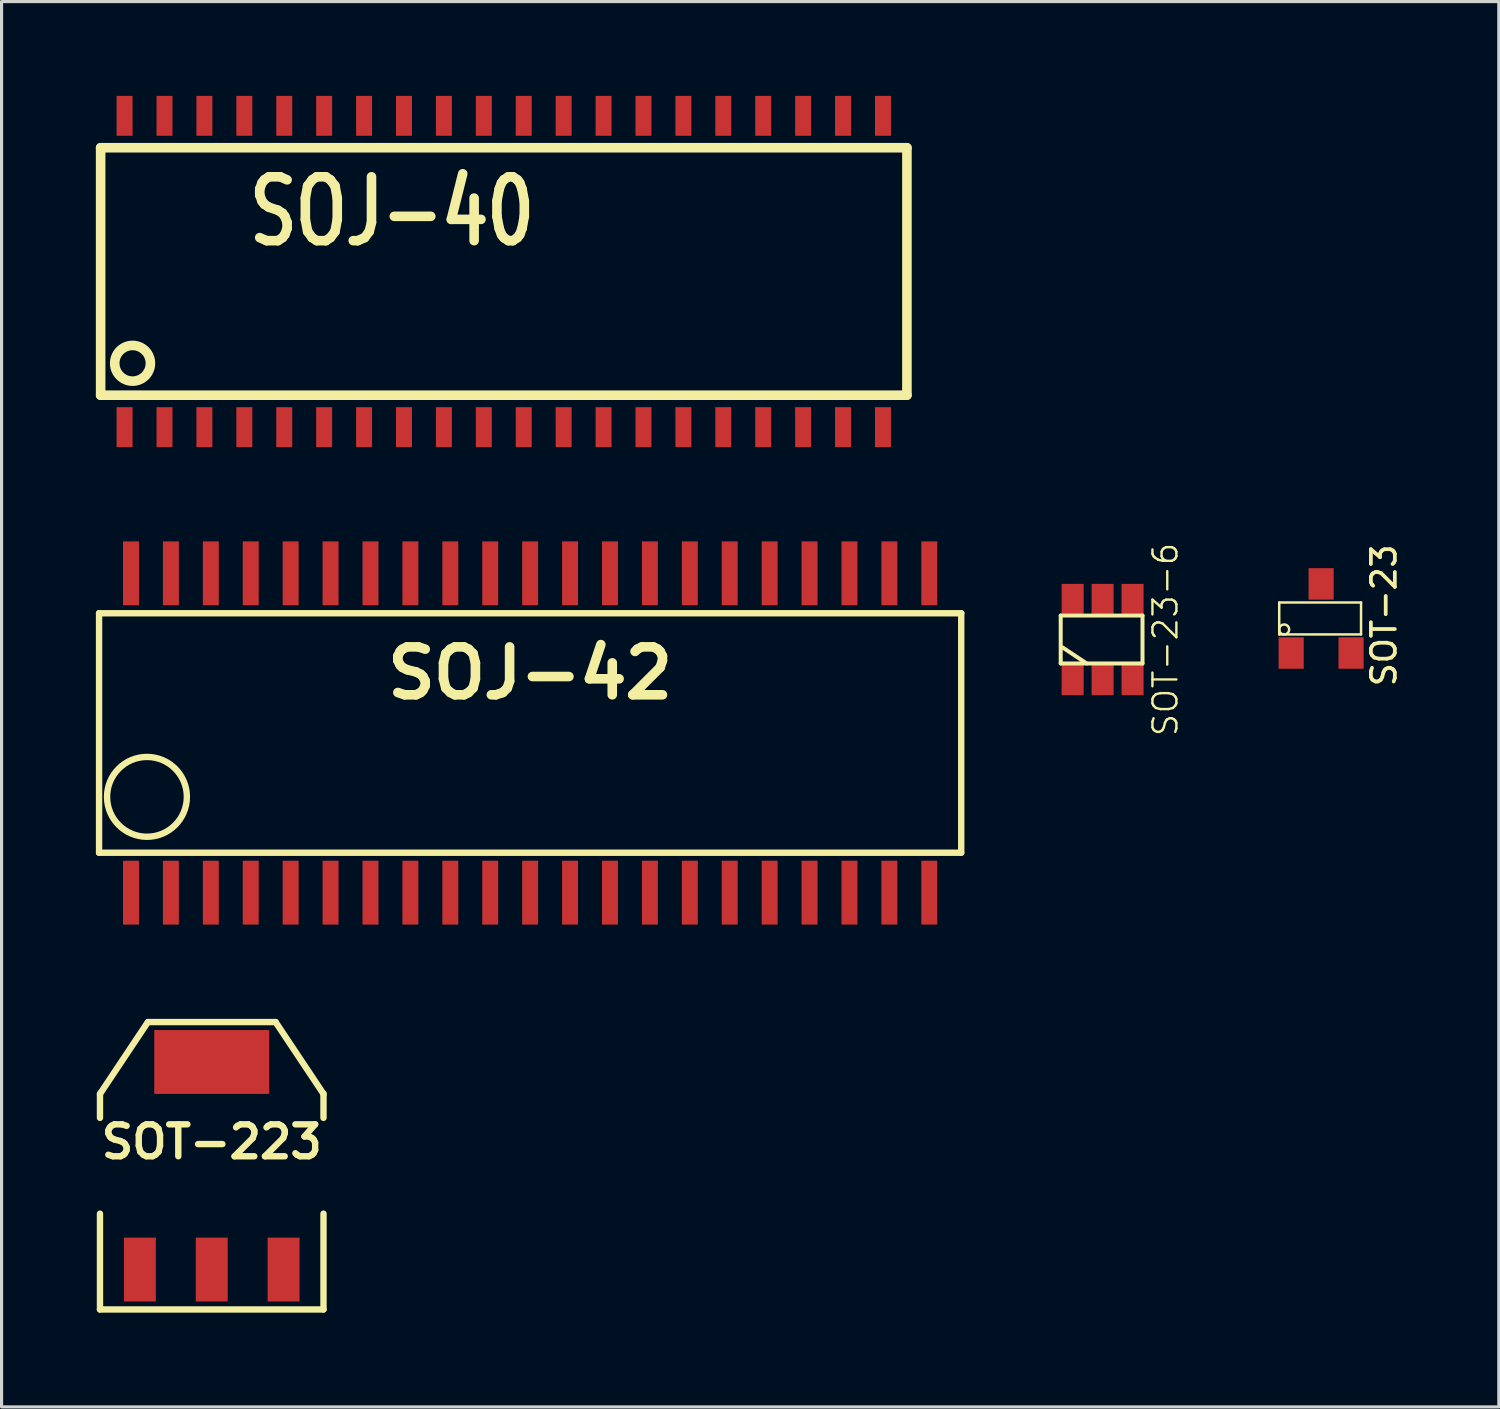
<source format=kicad_pcb>
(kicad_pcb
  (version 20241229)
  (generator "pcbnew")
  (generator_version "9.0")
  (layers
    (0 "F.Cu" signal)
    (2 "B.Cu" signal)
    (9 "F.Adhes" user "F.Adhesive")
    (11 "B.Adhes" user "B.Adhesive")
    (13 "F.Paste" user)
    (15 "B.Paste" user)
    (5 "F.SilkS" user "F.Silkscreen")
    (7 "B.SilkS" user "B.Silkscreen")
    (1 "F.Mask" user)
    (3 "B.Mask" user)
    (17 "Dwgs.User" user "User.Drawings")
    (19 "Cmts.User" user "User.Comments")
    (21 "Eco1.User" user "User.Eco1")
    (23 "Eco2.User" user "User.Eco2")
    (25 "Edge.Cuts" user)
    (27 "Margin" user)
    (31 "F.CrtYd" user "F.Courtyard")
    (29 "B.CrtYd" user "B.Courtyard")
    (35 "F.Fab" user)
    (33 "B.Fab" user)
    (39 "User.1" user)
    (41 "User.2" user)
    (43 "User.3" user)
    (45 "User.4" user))
  (footprint "SOT-223"
    (layer "F.Cu")
    (at 3.687 34.042)
    (property "Reference" "SOT-223" (at 0 -0.762 0) (layer "F.SilkS") (effects (font (size 1.016 1.016) (thickness 0.203))))
    (attr smd)
    (fp_line (start -3.556 -2.286) (end -2.032 -4.572) (stroke (width 0.203) (type solid)) (layer "F.SilkS"))
    (fp_line (start -3.556 -1.524) (end -3.556 -2.286) (stroke (width 0.203) (type solid)) (layer "F.SilkS"))
    (fp_line (start -3.556 1.524) (end -3.556 4.572) (stroke (width 0.203) (type solid)) (layer "F.SilkS"))
    (fp_line (start -3.556 4.572) (end 3.556 4.572) (stroke (width 0.203) (type solid)) (layer "F.SilkS"))
    (fp_line (start -2.032 -4.572) (end 2.032 -4.572) (stroke (width 0.203) (type solid)) (layer "F.SilkS"))
    (fp_line (start 2.032 -4.572) (end 3.556 -2.286) (stroke (width 0.203) (type solid)) (layer "F.SilkS"))
    (fp_line (start 3.556 -2.286) (end 3.556 -1.524) (stroke (width 0.203) (type solid)) (layer "F.SilkS"))
    (fp_line (start 3.556 4.572) (end 3.556 1.524) (stroke (width 0.203) (type solid)) (layer "F.SilkS"))
    (pad "1" smd rect (at -2.286 3.302) (size 1.016 2.032) (layers "F.Cu" "F.Mask" "F.Paste"))
    (pad "2" smd rect (at 0 3.302) (size 1.016 2.032) (layers "F.Cu" "F.Mask" "F.Paste"))
    (pad "3" smd rect (at 2.286 3.302) (size 1.016 2.032) (layers "F.Cu" "F.Mask" "F.Paste"))
    (pad "4" smd rect (at 0 -3.302) (size 3.658 2.032) (layers "F.Cu" "F.Mask" "F.Paste")))
  (footprint "SOT-23"
    (layer "F.Cu")
    (at 38.985 16.628)
    (property "Reference" "SOT-23" (at 1.999 -0.099 90) (layer "F.SilkS") (effects (font (size 0.762 0.762) (thickness 0.119))))
    (attr through_hole)
    (fp_line (start -1.333 -0.508) (end -1.333 0.508) (stroke (width 0.079) (type solid)) (layer "F.SilkS"))
    (fp_line (start -1.333 -0.508) (end 1.27 -0.508) (stroke (width 0.079) (type solid)) (layer "F.SilkS"))
    (fp_line (start 1.27 -0.508) (end 1.27 0.508) (stroke (width 0.079) (type solid)) (layer "F.SilkS"))
    (fp_line (start 1.27 0.508) (end -1.333 0.508) (stroke (width 0.079) (type solid)) (layer "F.SilkS"))
    (fp_circle (center -1.176 0.351) (end -1.3 0.45) (stroke (width 0.079) (type solid)) (fill no) (layer "F.SilkS"))
    (pad "1" smd rect (at -0.953 1.1) (size 0.8 1.001) (layers "F.Cu" "F.Mask" "F.Paste"))
    (pad "2" smd rect (at 0.953 1.1) (size 0.8 1.001) (layers "F.Cu" "F.Mask" "F.Paste"))
    (pad "3" smd rect (at 0 -1.1) (size 0.8 1.001) (layers "F.Cu" "F.Mask" "F.Paste")))
  (footprint "SOT-23-6"
    (layer "F.Cu")
    (at 32.032 17.298)
    (property "Reference" "SOT-23-6" (at 1.999 0 90) (layer "F.SilkS") (effects (font (size 0.762 0.762) (thickness 0.076))))
    (attr through_hole)
    (fp_line (start -1.333 -0.762) (end 1.27 -0.762) (stroke (width 0.127) (type solid)) (layer "F.SilkS"))
    (fp_line (start -1.333 0.762) (end -1.333 -0.762) (stroke (width 0.127) (type solid)) (layer "F.SilkS"))
    (fp_line (start -0.508 0.762) (end -1.27 0.254) (stroke (width 0.127) (type solid)) (layer "F.SilkS"))
    (fp_line (start 1.27 -0.762) (end 1.27 0.762) (stroke (width 0.127) (type solid)) (layer "F.SilkS"))
    (fp_line (start 1.27 0.762) (end -1.333 0.762) (stroke (width 0.127) (type solid)) (layer "F.SilkS"))
    (pad "1" smd rect (at -0.953 1.27) (size 0.701 1.001) (layers "F.Cu" "F.Mask" "F.Paste"))
    (pad "2" smd rect (at 0 1.27) (size 0.701 1.001) (layers "F.Cu" "F.Mask" "F.Paste"))
    (pad "3" smd rect (at 0.953 1.27) (size 0.701 1.001) (layers "F.Cu" "F.Mask" "F.Paste"))
    (pad "4" smd rect (at 0.953 -1.27) (size 0.701 1.001) (layers "F.Cu" "F.Mask" "F.Paste"))
    (pad "5" smd rect (at 0 -1.27) (size 0.701 1.001) (layers "F.Cu" "F.Mask" "F.Paste"))
    (pad "6" smd rect (at -0.953 -1.27) (size 0.701 1.001) (layers "F.Cu" "F.Mask" "F.Paste")))
  (footprint "SOJ-40"
    (layer "F.Cu")
    (at 12.979 5.461)
    (property "Reference" "SOJ-40" (at -3.556 -1.778 0) (layer "F.SilkS") (effects (font (size 2.032 1.524) (thickness 0.305))))
    (attr smd)
    (fp_line (start -12.827 -3.81) (end 12.827 -3.81) (stroke (width 0.305) (type solid)) (layer "F.SilkS"))
    (fp_line (start -12.827 4.064) (end -12.827 -3.81) (stroke (width 0.305) (type solid)) (layer "F.SilkS"))
    (fp_line (start 12.827 -3.81) (end 12.827 4.064) (stroke (width 0.305) (type solid)) (layer "F.SilkS"))
    (fp_line (start 12.827 4.064) (end -12.827 4.064) (stroke (width 0.305) (type solid)) (layer "F.SilkS"))
    (fp_circle (center -11.811 3.048) (end -11.303 2.794) (stroke (width 0.305) (type solid)) (fill no) (layer "F.SilkS"))
    (pad "1" smd rect (at -12.065 5.08) (size 0.508 1.27) (layers "F.Cu" "F.Mask" "F.Paste"))
    (pad "2" smd rect (at -10.795 5.08) (size 0.508 1.27) (layers "F.Cu" "F.Mask" "F.Paste"))
    (pad "3" smd rect (at -9.525 5.08) (size 0.508 1.27) (layers "F.Cu" "F.Mask" "F.Paste"))
    (pad "4" smd rect (at -8.255 5.08) (size 0.508 1.27) (layers "F.Cu" "F.Mask" "F.Paste"))
    (pad "5" smd rect (at -6.985 5.08) (size 0.508 1.27) (layers "F.Cu" "F.Mask" "F.Paste"))
    (pad "6" smd rect (at -5.715 5.08) (size 0.508 1.27) (layers "F.Cu" "F.Mask" "F.Paste"))
    (pad "7" smd rect (at -4.445 5.08) (size 0.508 1.27) (layers "F.Cu" "F.Mask" "F.Paste"))
    (pad "8" smd rect (at -3.175 5.08) (size 0.508 1.27) (layers "F.Cu" "F.Mask" "F.Paste"))
    (pad "9" smd rect (at -1.905 5.08) (size 0.508 1.27) (layers "F.Cu" "F.Mask" "F.Paste"))
    (pad "10" smd rect (at -0.635 5.08) (size 0.508 1.27) (layers "F.Cu" "F.Mask" "F.Paste"))
    (pad "11" smd rect (at 0.635 5.08) (size 0.508 1.27) (layers "F.Cu" "F.Mask" "F.Paste"))
    (pad "12" smd rect (at 1.905 5.08) (size 0.508 1.27) (layers "F.Cu" "F.Mask" "F.Paste"))
    (pad "13" smd rect (at 3.175 5.08) (size 0.508 1.27) (layers "F.Cu" "F.Mask" "F.Paste"))
    (pad "14" smd rect (at 4.445 5.08) (size 0.508 1.27) (layers "F.Cu" "F.Mask" "F.Paste"))
    (pad "15" smd rect (at 5.715 5.08) (size 0.508 1.27) (layers "F.Cu" "F.Mask" "F.Paste"))
    (pad "16" smd rect (at 6.985 5.08) (size 0.508 1.27) (layers "F.Cu" "F.Mask" "F.Paste"))
    (pad "17" smd rect (at 8.255 5.08) (size 0.508 1.27) (layers "F.Cu" "F.Mask" "F.Paste"))
    (pad "18" smd rect (at 9.525 5.08) (size 0.508 1.27) (layers "F.Cu" "F.Mask" "F.Paste"))
    (pad "19" smd rect (at 10.795 5.08) (size 0.508 1.27) (layers "F.Cu" "F.Mask" "F.Paste"))
    (pad "20" smd rect (at 12.065 5.08) (size 0.508 1.27) (layers "F.Cu" "F.Mask" "F.Paste"))
    (pad "21" smd rect (at 12.065 -4.826) (size 0.508 1.27) (layers "F.Cu" "F.Mask" "F.Paste"))
    (pad "22" smd rect (at 10.795 -4.826) (size 0.508 1.27) (layers "F.Cu" "F.Mask" "F.Paste"))
    (pad "23" smd rect (at 9.525 -4.826) (size 0.508 1.27) (layers "F.Cu" "F.Mask" "F.Paste"))
    (pad "24" smd rect (at 8.255 -4.826) (size 0.508 1.27) (layers "F.Cu" "F.Mask" "F.Paste"))
    (pad "25" smd rect (at 6.985 -4.826) (size 0.508 1.27) (layers "F.Cu" "F.Mask" "F.Paste"))
    (pad "26" smd rect (at 5.715 -4.826) (size 0.508 1.27) (layers "F.Cu" "F.Mask" "F.Paste"))
    (pad "27" smd rect (at 4.445 -4.826) (size 0.508 1.27) (layers "F.Cu" "F.Mask" "F.Paste"))
    (pad "28" smd rect (at 3.175 -4.826) (size 0.508 1.27) (layers "F.Cu" "F.Mask" "F.Paste"))
    (pad "29" smd rect (at 1.905 -4.826) (size 0.508 1.27) (layers "F.Cu" "F.Mask" "F.Paste"))
    (pad "30" smd rect (at 0.635 -4.826) (size 0.508 1.27) (layers "F.Cu" "F.Mask" "F.Paste"))
    (pad "31" smd rect (at -0.635 -4.826) (size 0.508 1.27) (layers "F.Cu" "F.Mask" "F.Paste"))
    (pad "32" smd rect (at -1.905 -4.826) (size 0.508 1.27) (layers "F.Cu" "F.Mask" "F.Paste"))
    (pad "33" smd rect (at -3.175 -4.826) (size 0.508 1.27) (layers "F.Cu" "F.Mask" "F.Paste"))
    (pad "34" smd rect (at -4.445 -4.826) (size 0.508 1.27) (layers "F.Cu" "F.Mask" "F.Paste"))
    (pad "35" smd rect (at -5.715 -4.826) (size 0.508 1.27) (layers "F.Cu" "F.Mask" "F.Paste"))
    (pad "36" smd rect (at -6.985 -4.826) (size 0.508 1.27) (layers "F.Cu" "F.Mask" "F.Paste"))
    (pad "37" smd rect (at -8.255 -4.826) (size 0.508 1.27) (layers "F.Cu" "F.Mask" "F.Paste"))
    (pad "38" smd rect (at -9.525 -4.826) (size 0.508 1.27) (layers "F.Cu" "F.Mask" "F.Paste"))
    (pad "39" smd rect (at -10.795 -4.826) (size 0.508 1.27) (layers "F.Cu" "F.Mask" "F.Paste"))
    (pad "40" smd rect (at -12.065 -4.826) (size 0.508 1.27) (layers "F.Cu" "F.Mask" "F.Paste")))
  (footprint "SOJ-42"
    (layer "F.Cu")
    (at 13.818 20.272)
    (property "Reference" "SOJ-42" (at 0 -1.905 0) (layer "F.SilkS") (effects (font (size 1.524 1.524) (thickness 0.305))))
    (attr smd)
    (fp_line (start -13.716 -3.81) (end 13.716 -3.81) (stroke (width 0.203) (type solid)) (layer "F.SilkS"))
    (fp_line (start -13.716 3.81) (end -13.716 -3.81) (stroke (width 0.203) (type solid)) (layer "F.SilkS"))
    (fp_line (start 13.716 3.81) (end -13.716 3.81) (stroke (width 0.203) (type solid)) (layer "F.SilkS"))
    (fp_line (start 13.716 3.81) (end 13.716 -3.81) (stroke (width 0.203) (type solid)) (layer "F.SilkS"))
    (fp_circle (center -12.192 2.032) (end -12.192 0.762) (stroke (width 0.203) (type solid)) (fill no) (layer "F.SilkS"))
    (pad "1" smd rect (at -12.7 5.08) (size 0.508 2.032) (layers "F.Cu" "F.Mask" "F.Paste"))
    (pad "2" smd rect (at -11.43 5.08) (size 0.508 2.032) (layers "F.Cu" "F.Mask" "F.Paste"))
    (pad "3" smd rect (at -10.16 5.08) (size 0.508 2.032) (layers "F.Cu" "F.Mask" "F.Paste"))
    (pad "4" smd rect (at -8.89 5.08) (size 0.508 2.032) (layers "F.Cu" "F.Mask" "F.Paste"))
    (pad "5" smd rect (at -7.62 5.08) (size 0.508 2.032) (layers "F.Cu" "F.Mask" "F.Paste"))
    (pad "6" smd rect (at -6.35 5.08) (size 0.508 2.032) (layers "F.Cu" "F.Mask" "F.Paste"))
    (pad "7" smd rect (at -5.08 5.08) (size 0.508 2.032) (layers "F.Cu" "F.Mask" "F.Paste"))
    (pad "8" smd rect (at -3.81 5.08) (size 0.508 2.032) (layers "F.Cu" "F.Mask" "F.Paste"))
    (pad "9" smd rect (at -2.54 5.08) (size 0.508 2.032) (layers "F.Cu" "F.Mask" "F.Paste"))
    (pad "10" smd rect (at -1.27 5.08) (size 0.508 2.032) (layers "F.Cu" "F.Mask" "F.Paste"))
    (pad "11" smd rect (at 0 5.08) (size 0.508 2.032) (layers "F.Cu" "F.Mask" "F.Paste"))
    (pad "12" smd rect (at 1.27 5.08) (size 0.508 2.032) (layers "F.Cu" "F.Mask" "F.Paste"))
    (pad "13" smd rect (at 2.54 5.08) (size 0.508 2.032) (layers "F.Cu" "F.Mask" "F.Paste"))
    (pad "14" smd rect (at 3.81 5.08) (size 0.508 2.032) (layers "F.Cu" "F.Mask" "F.Paste"))
    (pad "15" smd rect (at 5.08 5.08) (size 0.508 2.032) (layers "F.Cu" "F.Mask" "F.Paste"))
    (pad "16" smd rect (at 6.35 5.08) (size 0.508 2.032) (layers "F.Cu" "F.Mask" "F.Paste"))
    (pad "17" smd rect (at 7.62 5.08) (size 0.508 2.032) (layers "F.Cu" "F.Mask" "F.Paste"))
    (pad "18" smd rect (at 8.89 5.08) (size 0.508 2.032) (layers "F.Cu" "F.Mask" "F.Paste"))
    (pad "19" smd rect (at 10.16 5.08) (size 0.508 2.032) (layers "F.Cu" "F.Mask" "F.Paste"))
    (pad "20" smd rect (at 11.43 5.08) (size 0.508 2.032) (layers "F.Cu" "F.Mask" "F.Paste"))
    (pad "21" smd rect (at 12.7 5.08) (size 0.508 2.032) (layers "F.Cu" "F.Mask" "F.Paste"))
    (pad "22" smd rect (at 12.7 -5.08) (size 0.508 2.032) (layers "F.Cu" "F.Mask" "F.Paste"))
    (pad "23" smd rect (at 11.43 -5.08) (size 0.508 2.032) (layers "F.Cu" "F.Mask" "F.Paste"))
    (pad "24" smd rect (at 10.16 -5.08) (size 0.508 2.032) (layers "F.Cu" "F.Mask" "F.Paste"))
    (pad "25" smd rect (at 8.89 -5.08) (size 0.508 2.032) (layers "F.Cu" "F.Mask" "F.Paste"))
    (pad "26" smd rect (at 7.62 -5.08) (size 0.508 2.032) (layers "F.Cu" "F.Mask" "F.Paste"))
    (pad "27" smd rect (at 6.35 -5.08) (size 0.508 2.032) (layers "F.Cu" "F.Mask" "F.Paste"))
    (pad "28" smd rect (at 5.08 -5.08) (size 0.508 2.032) (layers "F.Cu" "F.Mask" "F.Paste"))
    (pad "29" smd rect (at 3.81 -5.08) (size 0.508 2.032) (layers "F.Cu" "F.Mask" "F.Paste"))
    (pad "30" smd rect (at 2.54 -5.08) (size 0.508 2.032) (layers "F.Cu" "F.Mask" "F.Paste"))
    (pad "31" smd rect (at 1.27 -5.08) (size 0.508 2.032) (layers "F.Cu" "F.Mask" "F.Paste"))
    (pad "32" smd rect (at 0 -5.08) (size 0.508 2.032) (layers "F.Cu" "F.Mask" "F.Paste"))
    (pad "33" smd rect (at -1.27 -5.08) (size 0.508 2.032) (layers "F.Cu" "F.Mask" "F.Paste"))
    (pad "34" smd rect (at -2.54 -5.08) (size 0.508 2.032) (layers "F.Cu" "F.Mask" "F.Paste"))
    (pad "35" smd rect (at -3.81 -5.08) (size 0.508 2.032) (layers "F.Cu" "F.Mask" "F.Paste"))
    (pad "36" smd rect (at -5.08 -5.08) (size 0.508 2.032) (layers "F.Cu" "F.Mask" "F.Paste"))
    (pad "37" smd rect (at -6.35 -5.08) (size 0.508 2.032) (layers "F.Cu" "F.Mask" "F.Paste"))
    (pad "38" smd rect (at -7.62 -5.08) (size 0.508 2.032) (layers "F.Cu" "F.Mask" "F.Paste"))
    (pad "39" smd rect (at -8.89 -5.08) (size 0.508 2.032) (layers "F.Cu" "F.Mask" "F.Paste"))
    (pad "40" smd rect (at -10.16 -5.08) (size 0.508 2.032) (layers "F.Cu" "F.Mask" "F.Paste"))
    (pad "41" smd rect (at -11.43 -5.08) (size 0.508 2.032) (layers "F.Cu" "F.Mask" "F.Paste"))
    (pad "42" smd rect (at -12.7 -5.08) (size 0.508 2.032) (layers "F.Cu" "F.Mask" "F.Paste")))
  (gr_rect
    (start -3 -3)
    (end 44.639 41.715)
    (stroke (width 0.1) (type default))
    (fill no)
    (layer "Edge.Cuts")))
</source>
